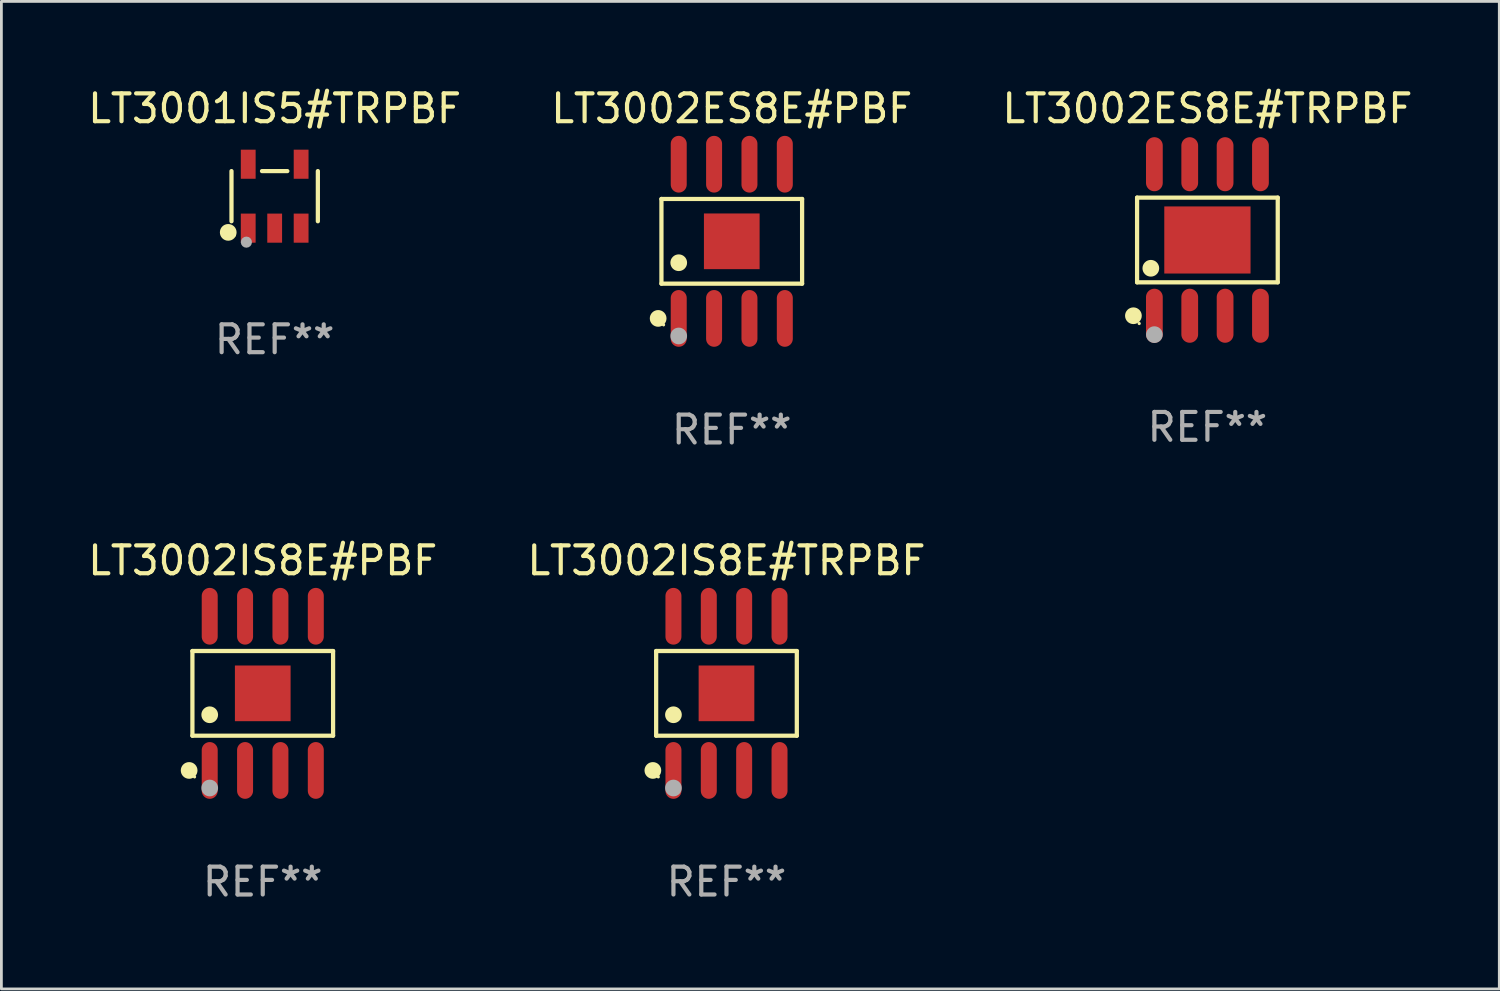
<source format=kicad_pcb>
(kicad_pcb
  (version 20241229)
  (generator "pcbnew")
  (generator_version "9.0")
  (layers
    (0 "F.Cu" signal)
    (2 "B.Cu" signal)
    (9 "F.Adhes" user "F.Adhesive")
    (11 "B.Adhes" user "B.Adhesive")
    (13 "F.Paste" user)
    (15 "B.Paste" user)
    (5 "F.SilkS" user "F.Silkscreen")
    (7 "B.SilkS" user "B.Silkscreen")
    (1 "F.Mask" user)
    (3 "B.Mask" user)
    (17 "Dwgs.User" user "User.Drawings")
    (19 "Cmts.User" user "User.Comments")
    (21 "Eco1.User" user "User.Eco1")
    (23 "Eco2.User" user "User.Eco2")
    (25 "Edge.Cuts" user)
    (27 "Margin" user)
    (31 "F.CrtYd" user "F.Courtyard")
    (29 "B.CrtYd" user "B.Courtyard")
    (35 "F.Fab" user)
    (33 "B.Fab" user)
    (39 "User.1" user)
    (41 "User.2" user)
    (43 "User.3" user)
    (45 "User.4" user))
  (footprint "LT3001IS5#TRPBF"
    (layer "F.Cu")
    (at 6.815 3.996)
    (property "Reference" "LT3001IS5#TRPBF" (at 0 -3.148 0) (layer "F.SilkS") (effects (font (size 1 1) (thickness 0.15))))
    (attr through_hole)
    (fp_line (start -1.551 0.901) (end -1.551 -0.901) (stroke (width 0.152) (type solid)) (layer "F.SilkS"))
    (fp_line (start 0.455 -0.901) (end -0.455 -0.901) (stroke (width 0.152) (type solid)) (layer "F.SilkS"))
    (fp_line (start 1.551 0.901) (end 1.551 -0.901) (stroke (width 0.152) (type solid)) (layer "F.SilkS"))
    (fp_circle (center -1.668 1.3) (end -1.518 1.3) (stroke (width 0.3) (type solid)) (fill no) (layer "F.SilkS"))
    (fp_circle (center -1.45 1.4) (end -1.42 1.4) (stroke (width 0.06) (type solid)) (fill no) (layer "F.SilkS"))
    (fp_circle (center -1.016 1.651) (end -0.916 1.651) (stroke (width 0.2) (type solid)) (fill no) (layer "F.Fab"))
    (fp_text user "REF**" (at 0 5.148 0) (layer "F.Fab") (effects (font (size 1 1) (thickness 0.15))))
    (pad "1" smd rect (at -0.95 1.148) (size 0.532 1.045) (layers "F.Cu" "F.Mask" "F.Paste"))
    (pad "2" smd rect (at 0 1.148) (size 0.532 1.045) (layers "F.Cu" "F.Mask" "F.Paste"))
    (pad "3" smd rect (at 0.95 1.148) (size 0.532 1.045) (layers "F.Cu" "F.Mask" "F.Paste"))
    (pad "4" smd rect (at 0.95 -1.148) (size 0.532 1.045) (layers "F.Cu" "F.Mask" "F.Paste"))
    (pad "5" smd rect (at -0.95 -1.148) (size 0.532 1.045) (layers "F.Cu" "F.Mask" "F.Paste")))
  (footprint "LT3002ES8E#TRPBF"
    (layer "F.Cu")
    (at 40.315 5.569)
    (property "Reference" "LT3002ES8E#TRPBF" (at 0 -4.721 0) (layer "F.SilkS") (effects (font (size 1 1) (thickness 0.15))))
    (attr through_hole)
    (fp_line (start -2.526 -1.521) (end 2.526 -1.521) (stroke (width 0.152) (type solid)) (layer "F.SilkS"))
    (fp_line (start -2.526 1.521) (end -2.526 -1.521) (stroke (width 0.152) (type solid)) (layer "F.SilkS"))
    (fp_line (start 2.526 -1.521) (end 2.526 1.521) (stroke (width 0.152) (type solid)) (layer "F.SilkS"))
    (fp_line (start 2.526 1.521) (end -2.526 1.521) (stroke (width 0.152) (type solid)) (layer "F.SilkS"))
    (fp_circle (center -2.658 2.721) (end -2.508 2.721) (stroke (width 0.3) (type solid)) (fill no) (layer "F.SilkS"))
    (fp_circle (center -2.45 3) (end -2.42 3) (stroke (width 0.06) (type solid)) (fill no) (layer "F.SilkS"))
    (fp_circle (center -2.032 1.016) (end -1.882 1.016) (stroke (width 0.3) (type solid)) (fill no) (layer "F.SilkS"))
    (fp_circle (center -1.905 3.4) (end -1.755 3.4) (stroke (width 0.3) (type solid)) (fill no) (layer "F.Fab"))
    (fp_text user "REF**" (at 0 6.721 0) (layer "F.Fab") (effects (font (size 1 1) (thickness 0.15))))
    (pad "1" smd oval (at -1.905 2.721) (size 0.602 1.941) (layers "F.Cu" "F.Mask" "F.Paste"))
    (pad "2" smd oval (at -0.635 2.721) (size 0.602 1.941) (layers "F.Cu" "F.Mask" "F.Paste"))
    (pad "3" smd oval (at 0.635 2.721) (size 0.602 1.941) (layers "F.Cu" "F.Mask" "F.Paste"))
    (pad "4" smd oval (at 1.905 2.721) (size 0.602 1.941) (layers "F.Cu" "F.Mask" "F.Paste"))
    (pad "5" smd oval (at 1.905 -2.721) (size 0.602 1.941) (layers "F.Cu" "F.Mask" "F.Paste"))
    (pad "6" smd oval (at 0.635 -2.721) (size 0.602 1.941) (layers "F.Cu" "F.Mask" "F.Paste"))
    (pad "7" smd oval (at -0.635 -2.721) (size 0.602 1.941) (layers "F.Cu" "F.Mask" "F.Paste"))
    (pad "8" smd oval (at -1.905 -2.721) (size 0.602 1.941) (layers "F.Cu" "F.Mask" "F.Paste"))
    (pad "9" smd rect (at 0 0) (size 3.098 2.41) (layers "F.Cu" "F.Mask" "F.Paste")))
  (footprint "LT3002IS8E#PBF"
    (layer "F.Cu")
    (at 6.387 21.852)
    (property "Reference" "LT3002IS8E#PBF" (at 0 -4.769 0) (layer "F.SilkS") (effects (font (size 1 1) (thickness 0.15))))
    (attr through_hole)
    (fp_line (start -2.526 -1.521) (end 2.526 -1.521) (stroke (width 0.152) (type solid)) (layer "F.SilkS"))
    (fp_line (start -2.526 1.521) (end -2.526 -1.521) (stroke (width 0.152) (type solid)) (layer "F.SilkS"))
    (fp_line (start 2.526 -1.521) (end 2.526 1.521) (stroke (width 0.152) (type solid)) (layer "F.SilkS"))
    (fp_line (start 2.526 1.521) (end -2.526 1.521) (stroke (width 0.152) (type solid)) (layer "F.SilkS"))
    (fp_circle (center -2.644 2.769) (end -2.494 2.769) (stroke (width 0.3) (type solid)) (fill no) (layer "F.SilkS"))
    (fp_circle (center -2.45 3) (end -2.42 3) (stroke (width 0.06) (type solid)) (fill no) (layer "F.SilkS"))
    (fp_circle (center -1.905 0.769) (end -1.755 0.769) (stroke (width 0.3) (type solid)) (fill no) (layer "F.SilkS"))
    (fp_circle (center -1.905 3.4) (end -1.755 3.4) (stroke (width 0.3) (type solid)) (fill no) (layer "F.Fab"))
    (fp_text user "REF**" (at 0 6.769 0) (layer "F.Fab") (effects (font (size 1 1) (thickness 0.15))))
    (pad "1" smd oval (at -1.905 2.769) (size 0.574 2.038) (layers "F.Cu" "F.Mask" "F.Paste"))
    (pad "2" smd oval (at -0.635 2.769) (size 0.574 2.038) (layers "F.Cu" "F.Mask" "F.Paste"))
    (pad "3" smd oval (at 0.635 2.769) (size 0.574 2.038) (layers "F.Cu" "F.Mask" "F.Paste"))
    (pad "4" smd oval (at 1.905 2.769) (size 0.574 2.038) (layers "F.Cu" "F.Mask" "F.Paste"))
    (pad "5" smd oval (at 1.905 -2.769) (size 0.574 2.038) (layers "F.Cu" "F.Mask" "F.Paste"))
    (pad "6" smd oval (at 0.635 -2.769) (size 0.574 2.038) (layers "F.Cu" "F.Mask" "F.Paste"))
    (pad "7" smd oval (at -0.635 -2.769) (size 0.574 2.038) (layers "F.Cu" "F.Mask" "F.Paste"))
    (pad "8" smd oval (at -1.905 -2.769) (size 0.574 2.038) (layers "F.Cu" "F.Mask" "F.Paste"))
    (pad "9" smd rect (at 0 0) (size 2 2) (layers "F.Cu" "F.Mask" "F.Paste")))
  (footprint "LT3002IS8E#TRPBF"
    (layer "F.Cu")
    (at 23.042 21.852)
    (property "Reference" "LT3002IS8E#TRPBF" (at 0 -4.769 0) (layer "F.SilkS") (effects (font (size 1 1) (thickness 0.15))))
    (attr through_hole)
    (fp_line (start -2.526 -1.521) (end 2.526 -1.521) (stroke (width 0.152) (type solid)) (layer "F.SilkS"))
    (fp_line (start -2.526 1.521) (end -2.526 -1.521) (stroke (width 0.152) (type solid)) (layer "F.SilkS"))
    (fp_line (start 2.526 -1.521) (end 2.526 1.521) (stroke (width 0.152) (type solid)) (layer "F.SilkS"))
    (fp_line (start 2.526 1.521) (end -2.526 1.521) (stroke (width 0.152) (type solid)) (layer "F.SilkS"))
    (fp_circle (center -2.644 2.769) (end -2.494 2.769) (stroke (width 0.3) (type solid)) (fill no) (layer "F.SilkS"))
    (fp_circle (center -2.45 3) (end -2.42 3) (stroke (width 0.06) (type solid)) (fill no) (layer "F.SilkS"))
    (fp_circle (center -1.905 0.769) (end -1.755 0.769) (stroke (width 0.3) (type solid)) (fill no) (layer "F.SilkS"))
    (fp_circle (center -1.905 3.4) (end -1.755 3.4) (stroke (width 0.3) (type solid)) (fill no) (layer "F.Fab"))
    (fp_text user "REF**" (at 0 6.769 0) (layer "F.Fab") (effects (font (size 1 1) (thickness 0.15))))
    (pad "1" smd oval (at -1.905 2.769) (size 0.574 2.038) (layers "F.Cu" "F.Mask" "F.Paste"))
    (pad "2" smd oval (at -0.635 2.769) (size 0.574 2.038) (layers "F.Cu" "F.Mask" "F.Paste"))
    (pad "3" smd oval (at 0.635 2.769) (size 0.574 2.038) (layers "F.Cu" "F.Mask" "F.Paste"))
    (pad "4" smd oval (at 1.905 2.769) (size 0.574 2.038) (layers "F.Cu" "F.Mask" "F.Paste"))
    (pad "5" smd oval (at 1.905 -2.769) (size 0.574 2.038) (layers "F.Cu" "F.Mask" "F.Paste"))
    (pad "6" smd oval (at 0.635 -2.769) (size 0.574 2.038) (layers "F.Cu" "F.Mask" "F.Paste"))
    (pad "7" smd oval (at -0.635 -2.769) (size 0.574 2.038) (layers "F.Cu" "F.Mask" "F.Paste"))
    (pad "8" smd oval (at -1.905 -2.769) (size 0.574 2.038) (layers "F.Cu" "F.Mask" "F.Paste"))
    (pad "9" smd rect (at 0 0) (size 2 2) (layers "F.Cu" "F.Mask" "F.Paste")))
  (footprint "LT3002ES8E#PBF"
    (layer "F.Cu")
    (at 23.232 5.617)
    (property "Reference" "LT3002ES8E#PBF" (at 0 -4.769 0) (layer "F.SilkS") (effects (font (size 1 1) (thickness 0.15))))
    (attr through_hole)
    (fp_line (start -2.526 -1.521) (end 2.526 -1.521) (stroke (width 0.152) (type solid)) (layer "F.SilkS"))
    (fp_line (start -2.526 1.521) (end -2.526 -1.521) (stroke (width 0.152) (type solid)) (layer "F.SilkS"))
    (fp_line (start 2.526 -1.521) (end 2.526 1.521) (stroke (width 0.152) (type solid)) (layer "F.SilkS"))
    (fp_line (start 2.526 1.521) (end -2.526 1.521) (stroke (width 0.152) (type solid)) (layer "F.SilkS"))
    (fp_circle (center -2.644 2.769) (end -2.494 2.769) (stroke (width 0.3) (type solid)) (fill no) (layer "F.SilkS"))
    (fp_circle (center -2.45 3) (end -2.42 3) (stroke (width 0.06) (type solid)) (fill no) (layer "F.SilkS"))
    (fp_circle (center -1.905 0.769) (end -1.755 0.769) (stroke (width 0.3) (type solid)) (fill no) (layer "F.SilkS"))
    (fp_circle (center -1.905 3.4) (end -1.755 3.4) (stroke (width 0.3) (type solid)) (fill no) (layer "F.Fab"))
    (fp_text user "REF**" (at 0 6.769 0) (layer "F.Fab") (effects (font (size 1 1) (thickness 0.15))))
    (pad "1" smd oval (at -1.905 2.769) (size 0.574 2.038) (layers "F.Cu" "F.Mask" "F.Paste"))
    (pad "2" smd oval (at -0.635 2.769) (size 0.574 2.038) (layers "F.Cu" "F.Mask" "F.Paste"))
    (pad "3" smd oval (at 0.635 2.769) (size 0.574 2.038) (layers "F.Cu" "F.Mask" "F.Paste"))
    (pad "4" smd oval (at 1.905 2.769) (size 0.574 2.038) (layers "F.Cu" "F.Mask" "F.Paste"))
    (pad "5" smd oval (at 1.905 -2.769) (size 0.574 2.038) (layers "F.Cu" "F.Mask" "F.Paste"))
    (pad "6" smd oval (at 0.635 -2.769) (size 0.574 2.038) (layers "F.Cu" "F.Mask" "F.Paste"))
    (pad "7" smd oval (at -0.635 -2.769) (size 0.574 2.038) (layers "F.Cu" "F.Mask" "F.Paste"))
    (pad "8" smd oval (at -1.905 -2.769) (size 0.574 2.038) (layers "F.Cu" "F.Mask" "F.Paste"))
    (pad "9" smd rect (at 0 0) (size 2 2) (layers "F.Cu" "F.Mask" "F.Paste")))
  (gr_rect
    (start -3 -3)
    (end 50.798 32.469)
    (stroke (width 0.1) (type default))
    (fill no)
    (layer "Edge.Cuts")))
</source>
